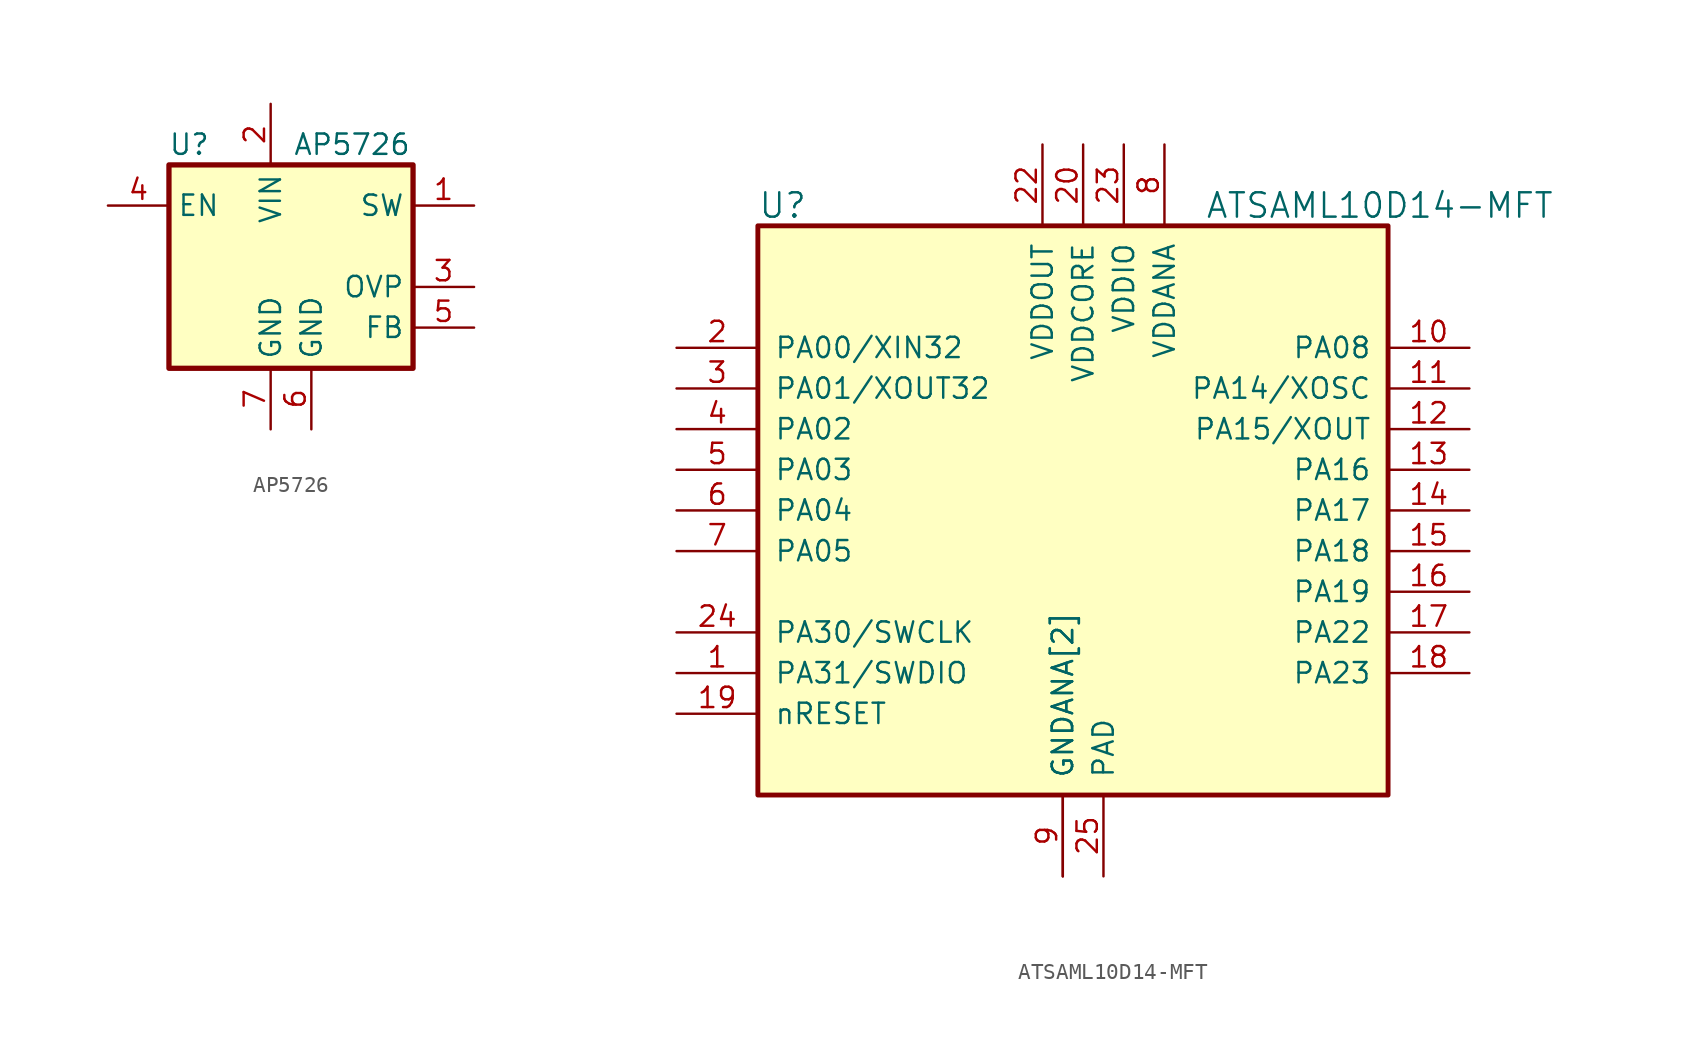
<source format=kicad_sym>
(kicad_symbol_lib
  (version 20201005)
  (generator kicad_symbol_editor)
  (symbol "gsd-kicad:AP5726"
    (property "Reference" "U"
      (at 5.08 2.54 0)
      (effects (font (size 1.27 1.27))))
    (property "Value" "AP5726"
      (at 15.24 2.54 0)
      (effects (font (size 1.27 1.27))))
    (symbol "AP5726_0_1"
      (rectangle (start 3.81 1.27) (end 19.05 -11.43) (stroke (width 0.33)) (fill (type background))))
    (symbol "AP5726_1_1"
      (pin input line (at 10.16 5.08 270) (length 3.81) (name "VIN" (effects (font (size 1.27 1.27)))) (number "2" (effects (font (size 1.27 1.27)))))
      (pin input line (at 22.86 -1.27 180) (length 3.81) (name "SW" (effects (font (size 1.27 1.27)))) (number "1" (effects (font (size 1.27 1.27)))))
      (pin input line (at 22.86 -6.35 180) (length 3.81) (name "OVP" (effects (font (size 1.27 1.27)))) (number "3" (effects (font (size 1.27 1.27)))))
      (pin input line (at 0 -1.27 0) (length 3.81) (name "EN" (effects (font (size 1.27 1.27)))) (number "4" (effects (font (size 1.27 1.27)))))
      (pin input line (at 22.86 -8.89 180) (length 3.81) (name "FB" (effects (font (size 1.27 1.27)))) (number "5" (effects (font (size 1.27 1.27)))))
      (pin input line (at 12.7 -15.24 90) (length 3.81) (name "GND" (effects (font (size 1.27 1.27)))) (number "6" (effects (font (size 1.27 1.27)))))
      (pin input line (at 10.16 -15.24 90) (length 3.81) (name "GND" (effects (font (size 1.27 1.27)))) (number "7" (effects (font (size 1.27 1.27)))))))
  (symbol "gsd-kicad:ATSAML10D14-MFT"
    (pin_names
      (offset 1.016))
    (property "Reference" "U"
      (at 5.08 8.89 0)
      (effects (font (size 1.524 1.524)) (justify left)))
    (property "Value" "ATSAML10D14-MFT"
      (at 33.02 8.89 0)
      (effects (font (size 1.524 1.524)) (justify left)))
    (property "ki_locked" ""
      (at 0 0 0)
      (effects (font (size 1.27 1.27))))
    (symbol "ATSAML10D14-MFT_1_1"
      (rectangle (start 5.08 7.62) (end 44.45 -27.94) (stroke (width 0.305)) (fill (type background)))
      (pin power_in line (at 24.13 -33.02 90) (length 5.08) (name "GNDANA[2]" (effects (font (size 1.27 1.27)))) (number "9" (effects (font (size 1.27 1.27)))))
      (pin power_in line (at 24.13 -33.02 90) (length 5.08) (name "GNDANA[2]" (effects (font (size 1.27 1.27)))) (number "21" (effects (font (size 0 0)))))
      (pin bidirectional line (at 0 0 0) (length 5.08) (name "PA00/XIN32" (effects (font (size 1.27 1.27)))) (number "2" (effects (font (size 1.27 1.27)))))
      (pin bidirectional line (at 0 -2.54 0) (length 5.08) (name "PA01/XOUT32" (effects (font (size 1.27 1.27)))) (number "3" (effects (font (size 1.27 1.27)))))
      (pin bidirectional line (at 0 -5.08 0) (length 5.08) (name "PA02" (effects (font (size 1.27 1.27)))) (number "4" (effects (font (size 1.27 1.27)))))
      (pin bidirectional line (at 0 -7.62 0) (length 5.08) (name "PA03" (effects (font (size 1.27 1.27)))) (number "5" (effects (font (size 1.27 1.27)))))
      (pin bidirectional line (at 0 -10.16 0) (length 5.08) (name "PA04" (effects (font (size 1.27 1.27)))) (number "6" (effects (font (size 1.27 1.27)))))
      (pin bidirectional line (at 0 -12.7 0) (length 5.08) (name "PA05" (effects (font (size 1.27 1.27)))) (number "7" (effects (font (size 1.27 1.27)))))
      (pin bidirectional line (at 49.53 0 180) (length 5.08) (name "PA08" (effects (font (size 1.27 1.27)))) (number "10" (effects (font (size 1.27 1.27)))))
      (pin bidirectional line (at 49.53 -2.54 180) (length 5.08) (name "PA14/XOSC" (effects (font (size 1.27 1.27)))) (number "11" (effects (font (size 1.27 1.27)))))
      (pin bidirectional line (at 49.53 -5.08 180) (length 5.08) (name "PA15/XOUT" (effects (font (size 1.27 1.27)))) (number "12" (effects (font (size 1.27 1.27)))))
      (pin bidirectional line (at 49.53 -7.62 180) (length 5.08) (name "PA16" (effects (font (size 1.27 1.27)))) (number "13" (effects (font (size 1.27 1.27)))))
      (pin bidirectional line (at 49.53 -10.16 180) (length 5.08) (name "PA17" (effects (font (size 1.27 1.27)))) (number "14" (effects (font (size 1.27 1.27)))))
      (pin bidirectional line (at 49.53 -12.7 180) (length 5.08) (name "PA18" (effects (font (size 1.27 1.27)))) (number "15" (effects (font (size 1.27 1.27)))))
      (pin bidirectional line (at 49.53 -15.24 180) (length 5.08) (name "PA19" (effects (font (size 1.27 1.27)))) (number "16" (effects (font (size 1.27 1.27)))))
      (pin bidirectional line (at 49.53 -17.78 180) (length 5.08) (name "PA22" (effects (font (size 1.27 1.27)))) (number "17" (effects (font (size 1.27 1.27)))))
      (pin bidirectional line (at 49.53 -20.32 180) (length 5.08) (name "PA23" (effects (font (size 1.27 1.27)))) (number "18" (effects (font (size 1.27 1.27)))))
      (pin bidirectional line (at 0 -17.78 0) (length 5.08) (name "PA30/SWCLK" (effects (font (size 1.27 1.27)))) (number "24" (effects (font (size 1.27 1.27)))))
      (pin bidirectional line (at 0 -20.32 0) (length 5.08) (name "PA31/SWDIO" (effects (font (size 1.27 1.27)))) (number "1" (effects (font (size 1.27 1.27)))))
      (pin power_in line (at 26.67 -33.02 90) (length 5.08) (name "PAD" (effects (font (size 1.27 1.27)))) (number "25" (effects (font (size 1.27 1.27)))))
      (pin power_in line (at 30.48 12.7 270) (length 5.08) (name "VDDANA" (effects (font (size 1.27 1.27)))) (number "8" (effects (font (size 1.27 1.27)))))
      (pin power_in line (at 25.4 12.7 270) (length 5.08) (name "VDDCORE" (effects (font (size 1.27 1.27)))) (number "20" (effects (font (size 1.27 1.27)))))
      (pin power_in line (at 27.94 12.7 270) (length 5.08) (name "VDDIO" (effects (font (size 1.27 1.27)))) (number "23" (effects (font (size 1.27 1.27)))))
      (pin power_in line (at 22.86 12.7 270) (length 5.08) (name "VDDOUT" (effects (font (size 1.27 1.27)))) (number "22" (effects (font (size 1.27 1.27)))))
      (pin bidirectional line (at 0 -22.86 0) (length 5.08) (name "nRESET" (effects (font (size 1.27 1.27)))) (number "19" (effects (font (size 1.27 1.27))))))))
</source>
